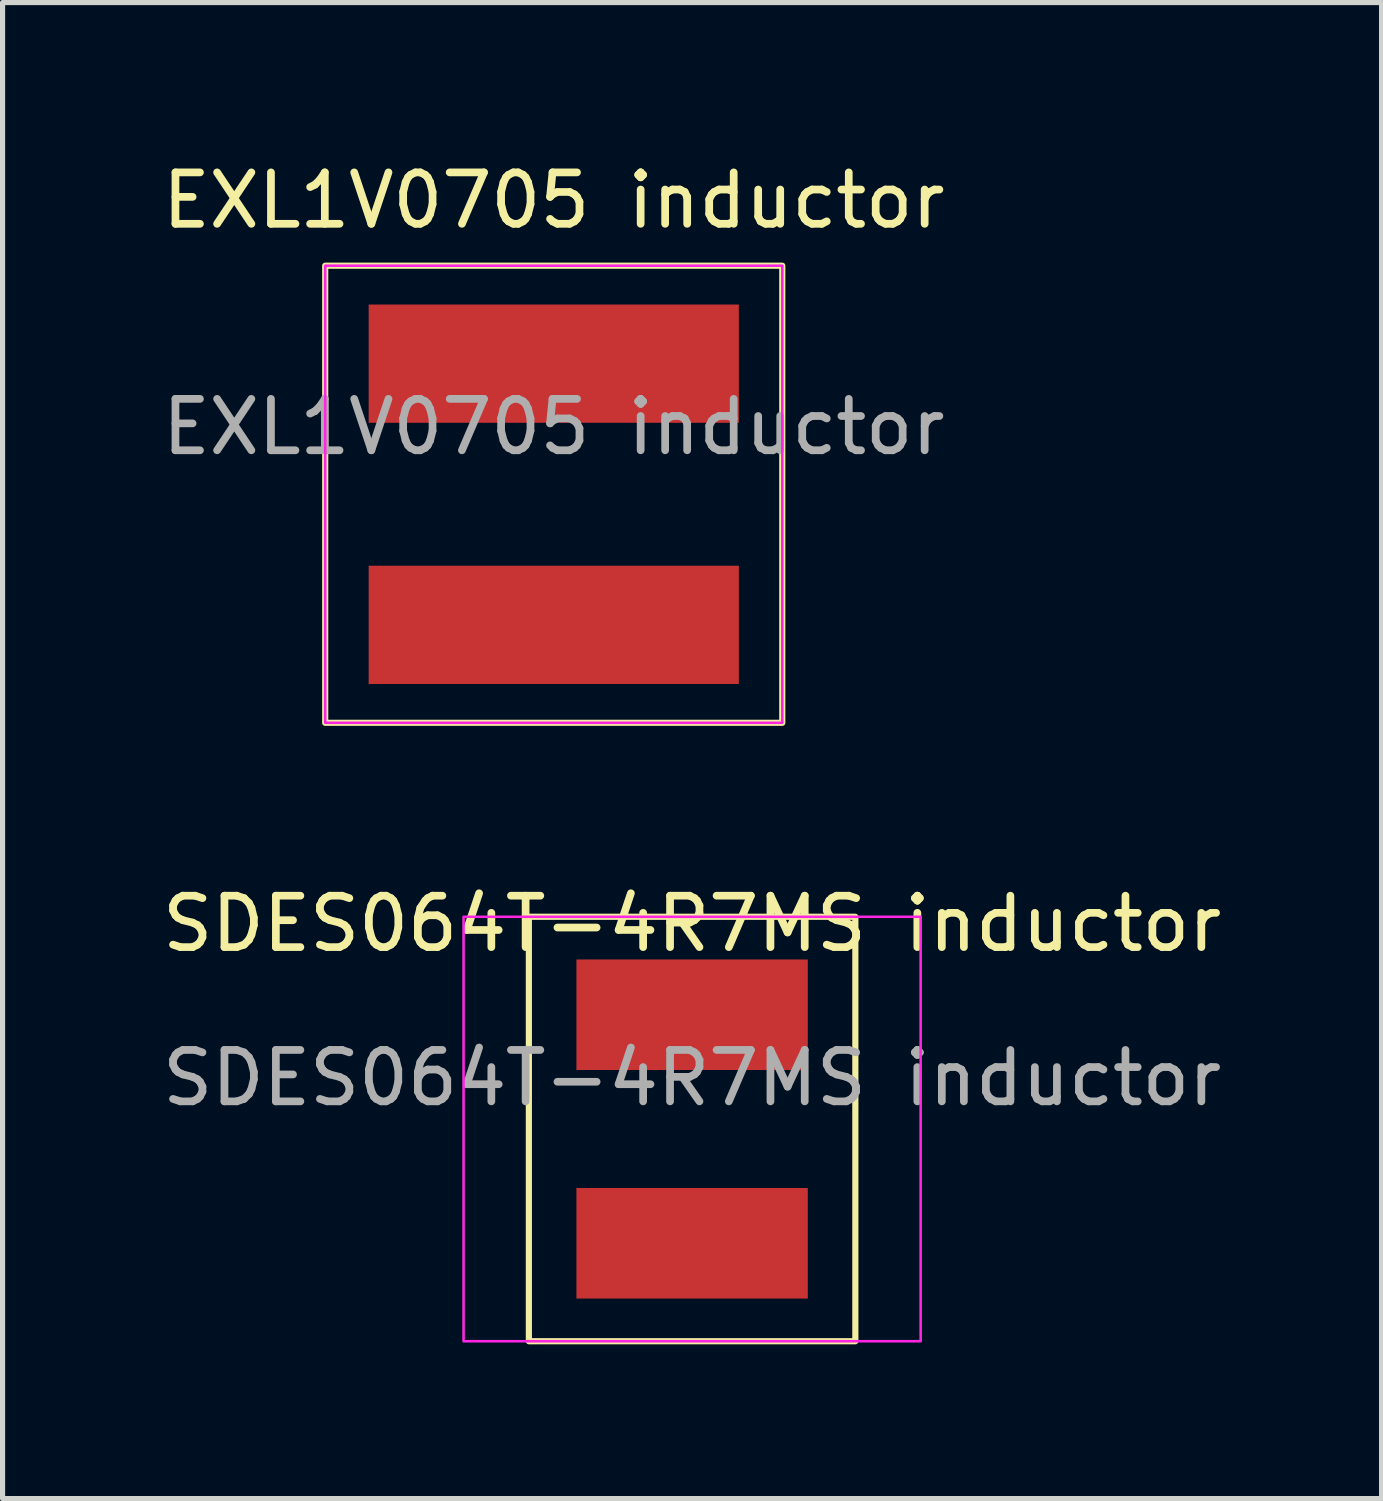
<source format=kicad_pcb>
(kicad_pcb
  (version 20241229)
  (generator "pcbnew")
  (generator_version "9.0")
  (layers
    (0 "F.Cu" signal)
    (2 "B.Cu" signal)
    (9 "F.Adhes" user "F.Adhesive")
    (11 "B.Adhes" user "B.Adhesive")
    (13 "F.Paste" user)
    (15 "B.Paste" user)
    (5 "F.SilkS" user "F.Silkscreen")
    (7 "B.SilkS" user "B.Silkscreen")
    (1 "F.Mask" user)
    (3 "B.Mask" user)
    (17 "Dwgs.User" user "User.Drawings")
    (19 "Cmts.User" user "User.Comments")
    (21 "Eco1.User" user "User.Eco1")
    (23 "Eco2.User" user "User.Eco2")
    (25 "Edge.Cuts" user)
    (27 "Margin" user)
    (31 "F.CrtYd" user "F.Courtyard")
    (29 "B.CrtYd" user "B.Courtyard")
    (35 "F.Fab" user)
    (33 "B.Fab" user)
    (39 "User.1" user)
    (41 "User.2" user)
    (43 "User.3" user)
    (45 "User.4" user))
  (footprint "EXL1V0705 inductor"
    (layer "F.Cu")
    (at 7.72 2.753)
    (property "Reference" "EXL1V0705 inductor" (at 0 -1.905 0) (unlocked yes) (layer "F.SilkS") (effects (font (size 1 1) (thickness 0.15))))
    (attr smd)
    (fp_rect (start -4.445 -0.635) (end 4.445 8.255) (stroke (width 0.12) (type solid)) (fill no) (layer "F.SilkS"))
    (fp_rect (start -4.445 -0.635) (end 4.445 8.255) (stroke (width 0.05) (type solid)) (fill no) (layer "F.CrtYd"))
    (fp_text user "${REFERENCE}" (at 0 2.5 0) (unlocked yes) (layer "F.Fab") (effects (font (size 1 1) (thickness 0.15))))
    (pad "1" smd rect (at 0 1.27) (size 7.2 2.3) (layers "F.Cu" "F.Mask" "F.Paste"))
    (pad "2" smd rect (at 0 6.35) (size 7.2 2.3) (layers "F.Cu" "F.Mask" "F.Paste")))
  (footprint "SDES064T-4R7MS inductor"
    (layer "F.Cu")
    (at 10.411 15.416)
    (property "Reference" "SDES064T-4R7MS inductor" (at 0 -0.5 0) (unlocked yes) (layer "F.SilkS") (effects (font (size 1 1) (thickness 0.15))))
    (attr smd)
    (fp_rect (start -3.175 -0.635) (end 3.175 7.62) (stroke (width 0.12) (type solid)) (fill no) (layer "F.SilkS"))
    (fp_rect (start -4.445 -0.635) (end 4.445 7.62) (stroke (width 0.05) (type solid)) (fill no) (layer "F.CrtYd"))
    (fp_text user "${REFERENCE}" (at 0 2.5 0) (unlocked yes) (layer "F.Fab") (effects (font (size 1 1) (thickness 0.15))))
    (pad "1" smd rect (at 0 1.27) (size 4.5 2.15) (layers "F.Cu" "F.Mask" "F.Paste"))
    (pad "2" smd rect (at 0 5.715) (size 4.5 2.15) (layers "F.Cu" "F.Mask" "F.Paste")))
  (gr_rect
    (start -3 -3)
    (end 23.821 26.096)
    (stroke (width 0.1) (type default))
    (fill no)
    (layer "Edge.Cuts")))
</source>
